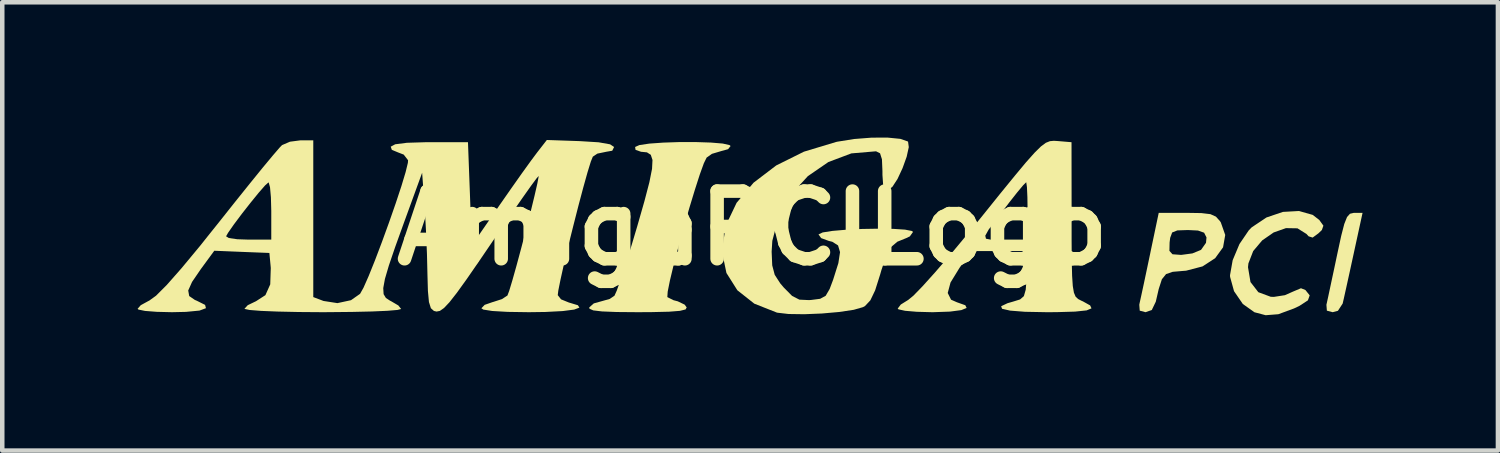
<source format=kicad_pcb>
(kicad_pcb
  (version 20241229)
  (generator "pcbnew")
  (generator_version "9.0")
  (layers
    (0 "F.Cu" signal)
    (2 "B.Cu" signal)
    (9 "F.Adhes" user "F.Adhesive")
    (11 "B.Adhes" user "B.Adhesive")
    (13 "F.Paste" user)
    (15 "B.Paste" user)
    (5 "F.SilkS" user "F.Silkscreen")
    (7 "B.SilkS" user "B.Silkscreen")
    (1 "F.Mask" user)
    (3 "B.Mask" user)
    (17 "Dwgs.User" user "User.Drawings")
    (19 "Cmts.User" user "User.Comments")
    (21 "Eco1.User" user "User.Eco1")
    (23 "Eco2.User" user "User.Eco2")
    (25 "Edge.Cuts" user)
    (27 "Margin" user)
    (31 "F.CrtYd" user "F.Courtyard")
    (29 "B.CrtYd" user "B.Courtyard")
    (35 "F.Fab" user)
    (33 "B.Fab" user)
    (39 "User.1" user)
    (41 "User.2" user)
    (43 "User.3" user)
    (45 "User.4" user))
  (footprint "AmigaPCILogo"
    (layer "F.Cu")
    (at 13.631 2.007)
    (property "Reference" "AmigaPCILogo" (at 0 0 0) (layer "F.SilkS") (effects (font (size 1.5 1.5) (thickness 0.3))))
    (attr board_only exclude_from_pos_files exclude_from_bom)
    (fp_poly (pts (xy 13.323 0.572) (xy 13.238 0.962) (xy 13.162 1.307) (xy 13.105 1.564) (xy 13.08 1.672) (xy 12.975 1.832) (xy 12.859 1.863) (xy 12.73 1.829) (xy 12.72 1.698) (xy 12.726 1.672) (xy 12.761 1.513) (xy 12.821 1.231) (xy 12.898 0.871) (xy 12.961 0.572) (xy 13.048 0.17) (xy 13.116 -0.093) (xy 13.177 -0.246) (xy 13.242 -0.319) (xy 13.324 -0.338) (xy 13.337 -0.339) (xy 13.521 -0.339)) (stroke (width 0) (type solid)) (fill yes) (layer "F.SilkS"))
    (fp_poly (pts (xy 12.416 -0.294) (xy 12.562 -0.181) (xy 12.653 -0.055) (xy 12.619 0.042) (xy 12.543 0.115) (xy 12.415 0.209) (xy 12.325 0.181) (xy 12.278 0.129) (xy 12.078 0.004) (xy 11.823 -0.000443) (xy 11.55 0.096) (xy 11.296 0.272) (xy 11.097 0.508) (xy 10.991 0.781) (xy 10.982 0.866) (xy 11.037 1.195) (xy 11.211 1.42) (xy 11.485 1.521) (xy 11.554 1.524) (xy 11.8 1.486) (xy 11.985 1.404) (xy 12.156 1.332) (xy 12.255 1.372) (xy 12.349 1.49) (xy 12.31 1.6) (xy 12.125 1.721) (xy 12.002 1.78) (xy 11.654 1.908) (xy 11.373 1.93) (xy 11.124 1.864) (xy 10.867 1.681) (xy 10.672 1.397) (xy 10.585 1.081) (xy 10.583 1.044) (xy 10.642 0.711) (xy 10.792 0.353) (xy 10.998 0.05) (xy 11.064 -0.018) (xy 11.392 -0.237) (xy 11.756 -0.36) (xy 12.112 -0.38)) (stroke (width 0) (type solid)) (fill yes) (layer "F.SilkS"))
    (fp_poly (pts (xy 9.947 -0.334) (xy 10.149 -0.31) (xy 10.271 -0.255) (xy 10.36 -0.156) (xy 10.379 -0.128) (xy 10.477 0.151) (xy 10.429 0.425) (xy 10.254 0.666) (xy 9.974 0.848) (xy 9.61 0.943) (xy 9.545 0.948) (xy 9.313 0.968) (xy 9.166 1.018) (xy 9.073 1.133) (xy 9.003 1.349) (xy 8.938 1.63) (xy 8.849 1.815) (xy 8.71 1.863) (xy 8.582 1.829) (xy 8.572 1.698) (xy 8.577 1.672) (xy 8.612 1.513) (xy 8.673 1.231) (xy 8.749 0.871) (xy 8.812 0.572) (xy 8.826 0.504) (xy 9.24 0.504) (xy 9.308 0.579) (xy 9.497 0.593) (xy 9.503 0.593) (xy 9.749 0.56) (xy 9.94 0.482) (xy 9.941 0.481) (xy 10.051 0.325) (xy 10.062 0.206) (xy 10.009 0.101) (xy 9.873 0.053) (xy 9.651 0.042) (xy 9.416 0.05) (xy 9.301 0.096) (xy 9.257 0.214) (xy 9.244 0.318) (xy 9.24 0.504) (xy 8.826 0.504) (xy 9.003 -0.339) (xy 9.622 -0.339)) (stroke (width 0) (type solid)) (fill yes) (layer "F.SilkS"))
    (fp_poly (pts (xy -0.923 -1.897) (xy -0.66 -1.875) (xy -0.508 -1.84) (xy -0.487 -1.82) (xy -0.543 -1.75) (xy -0.692 -1.709) (xy -0.9 -1.647) (xy -1.018 -1.564) (xy -1.079 -1.44) (xy -1.169 -1.191) (xy -1.279 -0.849) (xy -1.402 -0.445) (xy -1.527 -0.011) (xy -1.646 0.423) (xy -1.751 0.824) (xy -1.832 1.162) (xy -1.881 1.407) (xy -1.889 1.525) (xy -1.886 1.53) (xy -1.753 1.597) (xy -1.658 1.622) (xy -1.506 1.695) (xy -1.46 1.757) (xy -1.485 1.802) (xy -1.609 1.833) (xy -1.85 1.852) (xy -2.228 1.861) (xy -2.54 1.863) (xy -3.013 1.859) (xy -3.337 1.846) (xy -3.531 1.823) (xy -3.615 1.786) (xy -3.62 1.757) (xy -3.519 1.668) (xy -3.365 1.625) (xy -3.166 1.569) (xy -3.061 1.498) (xy -3.011 1.387) (xy -2.924 1.141) (xy -2.81 0.79) (xy -2.676 0.361) (xy -2.556 -0.042) (xy -2.396 -0.601) (xy -2.287 -1.018) (xy -2.228 -1.315) (xy -2.218 -1.511) (xy -2.256 -1.626) (xy -2.341 -1.68) (xy -2.473 -1.693) (xy -2.594 -1.736) (xy -2.603 -1.799) (xy -2.51 -1.841) (xy -2.289 -1.874) (xy -1.98 -1.896) (xy -1.623 -1.908) (xy -1.257 -1.908)) (stroke (width 0) (type solid)) (fill yes) (layer "F.SilkS"))
    (fp_poly (pts (xy 6.759 -1.931) (xy 7.07 -1.905) (xy 7.072 -0.339) (xy 7.072 0.265) (xy 7.075 0.722) (xy 7.083 1.054) (xy 7.098 1.282) (xy 7.123 1.43) (xy 7.161 1.519) (xy 7.216 1.571) (xy 7.29 1.609) (xy 7.324 1.624) (xy 7.483 1.713) (xy 7.513 1.778) (xy 7.405 1.823) (xy 7.148 1.85) (xy 6.736 1.862) (xy 6.519 1.863) (xy 6.039 1.854) (xy 5.708 1.828) (xy 5.53 1.787) (xy 5.51 1.731) (xy 5.651 1.664) (xy 5.779 1.627) (xy 5.93 1.58) (xy 6.014 1.507) (xy 6.055 1.364) (xy 6.075 1.105) (xy 6.079 1.032) (xy 6.104 0.508) (xy 5.479 0.508) (xy 4.855 0.508) (xy 4.586 0.882) (xy 4.388 1.205) (xy 4.326 1.437) (xy 4.4 1.586) (xy 4.53 1.643) (xy 4.716 1.709) (xy 4.745 1.769) (xy 4.627 1.817) (xy 4.375 1.85) (xy 3.998 1.863) (xy 3.979 1.863) (xy 3.641 1.854) (xy 3.381 1.832) (xy 3.235 1.8) (xy 3.217 1.783) (xy 3.286 1.693) (xy 3.45 1.591) (xy 3.45 1.591) (xy 3.565 1.497) (xy 3.768 1.288) (xy 4.042 0.984) (xy 4.37 0.605) (xy 4.734 0.168) (xy 5.158 0.168) (xy 5.174 0.234) (xy 5.279 0.255) (xy 5.469 0.255) (xy 5.583 0.254) (xy 6.096 0.254) (xy 6.096 -0.381) (xy 6.092 -0.685) (xy 6.082 -0.909) (xy 6.067 -1.013) (xy 6.064 -1.016) (xy 6.001 -0.954) (xy 5.864 -0.79) (xy 5.682 -0.559) (xy 5.662 -0.532) (xy 5.399 -0.191) (xy 5.232 0.034) (xy 5.158 0.168) (xy 4.734 0.168) (xy 4.735 0.168) (xy 5.066 -0.238) (xy 5.484 -0.758) (xy 5.812 -1.16) (xy 6.062 -1.46) (xy 6.251 -1.672) (xy 6.392 -1.811) (xy 6.501 -1.892) (xy 6.592 -1.928) (xy 6.679 -1.936)) (stroke (width 0) (type solid)) (fill yes) (layer "F.SilkS"))
    (fp_poly (pts (xy 3.276 -1.979) (xy 3.44 -1.922) (xy 3.447 -1.915) (xy 3.463 -1.796) (xy 3.416 -1.583) (xy 3.325 -1.33) (xy 3.213 -1.09) (xy 3.1 -0.917) (xy 3.027 -0.862) (xy 2.938 -0.871) (xy 2.894 -0.964) (xy 2.879 -1.179) (xy 2.879 -1.264) (xy 2.868 -1.526) (xy 2.826 -1.659) (xy 2.74 -1.702) (xy 2.731 -1.703) (xy 2.19 -1.657) (xy 1.68 -1.465) (xy 1.225 -1.152) (xy 0.85 -0.741) (xy 0.58 -0.255) (xy 0.438 0.281) (xy 0.423 0.522) (xy 0.436 0.825) (xy 0.491 1.034) (xy 0.613 1.223) (xy 0.69 1.314) (xy 0.876 1.502) (xy 1.038 1.585) (xy 1.25 1.595) (xy 1.297 1.592) (xy 1.499 1.566) (xy 1.621 1.499) (xy 1.709 1.348) (xy 1.786 1.143) (xy 1.902 0.775) (xy 1.939 0.531) (xy 1.895 0.383) (xy 1.767 0.302) (xy 1.69 0.283) (xy 1.521 0.221) (xy 1.463 0.141) (xy 1.464 0.137) (xy 1.555 0.095) (xy 1.772 0.061) (xy 2.076 0.035) (xy 2.428 0.018) (xy 2.789 0.012) (xy 3.119 0.016) (xy 3.38 0.033) (xy 3.533 0.063) (xy 3.556 0.085) (xy 3.487 0.182) (xy 3.408 0.22) (xy 3.209 0.301) (xy 3.069 0.42) (xy 2.961 0.618) (xy 2.855 0.934) (xy 2.829 1.025) (xy 2.717 1.379) (xy 2.611 1.6) (xy 2.494 1.725) (xy 2.448 1.751) (xy 2.243 1.81) (xy 1.922 1.858) (xy 1.538 1.892) (xy 1.146 1.908) (xy 0.798 1.903) (xy 0.549 1.874) (xy 0.537 1.871) (xy 0.039 1.674) (xy -0.337 1.377) (xy -0.579 0.994) (xy -0.674 0.539) (xy -0.675 0.474) (xy -0.592 -0.062) (xy -0.354 -0.561) (xy 0.022 -1.007) (xy 0.525 -1.39) (xy 1.139 -1.695) (xy 1.851 -1.91) (xy 1.884 -1.917) (xy 2.254 -1.976) (xy 2.64 -2.006) (xy 2.995 -2.007)) (stroke (width 0) (type solid)) (fill yes) (layer "F.SilkS"))
    (fp_poly (pts (xy -3.832 -1.929) (xy -3.412 -1.903) (xy -3.158 -1.858) (xy -3.069 -1.799) (xy -3.11 -1.716) (xy -3.242 -1.693) (xy -3.44 -1.652) (xy -3.541 -1.584) (xy -3.585 -1.475) (xy -3.659 -1.235) (xy -3.754 -0.895) (xy -3.862 -0.488) (xy -3.974 -0.049) (xy -4.084 0.391) (xy -4.181 0.799) (xy -4.257 1.141) (xy -4.306 1.385) (xy -4.318 1.485) (xy -4.245 1.578) (xy -4.068 1.65) (xy -4.063 1.651) (xy -3.871 1.709) (xy -3.838 1.762) (xy -3.954 1.805) (xy -4.209 1.838) (xy -4.593 1.858) (xy -4.958 1.863) (xy -5.431 1.856) (xy -5.772 1.836) (xy -5.968 1.805) (xy -6.011 1.776) (xy -5.938 1.7) (xy -5.762 1.639) (xy -5.759 1.639) (xy -5.555 1.573) (xy -5.433 1.493) (xy -5.394 1.389) (xy -5.324 1.157) (xy -5.232 0.83) (xy -5.128 0.444) (xy -5.021 0.034) (xy -4.919 -0.364) (xy -4.833 -0.717) (xy -4.771 -0.987) (xy -4.742 -1.141) (xy -4.741 -1.155) (xy -4.786 -1.106) (xy -4.911 -0.937) (xy -5.102 -0.667) (xy -5.345 -0.317) (xy -5.626 0.094) (xy -5.683 0.177) (xy -6.05 0.716) (xy -6.336 1.13) (xy -6.555 1.434) (xy -6.718 1.642) (xy -6.839 1.77) (xy -6.93 1.834) (xy -7.005 1.849) (xy -7.063 1.835) (xy -7.13 1.775) (xy -7.173 1.638) (xy -7.196 1.393) (xy -7.206 1.04) (xy -7.217 0.576) (xy -7.239 0.051) (xy -7.266 -0.428) (xy -7.269 -0.466) (xy -7.324 -1.228) (xy -7.725 -0.127) (xy -7.922 0.419) (xy -8.062 0.83) (xy -8.149 1.126) (xy -8.186 1.329) (xy -8.178 1.463) (xy -8.127 1.548) (xy -8.037 1.607) (xy -8.011 1.62) (xy -7.851 1.714) (xy -7.789 1.792) (xy -7.87 1.813) (xy -8.095 1.832) (xy -8.439 1.847) (xy -8.877 1.857) (xy -9.384 1.862) (xy -9.525 1.863) (xy -10.061 1.859) (xy -10.525 1.849) (xy -10.895 1.834) (xy -11.147 1.814) (xy -11.258 1.791) (xy -11.261 1.786) (xy -11.19 1.708) (xy -11.018 1.625) (xy -11.01 1.622) (xy -10.798 1.485) (xy -10.691 1.246) (xy -10.679 0.884) (xy -10.683 0.837) (xy -10.71 0.55) (xy -11.321 0.526) (xy -11.931 0.501) (xy -12.229 0.907) (xy -12.424 1.192) (xy -12.509 1.382) (xy -12.487 1.505) (xy -12.362 1.591) (xy -12.319 1.609) (xy -12.135 1.701) (xy -12.116 1.774) (xy -12.258 1.827) (xy -12.558 1.856) (xy -12.869 1.863) (xy -13.205 1.855) (xy -13.465 1.835) (xy -13.612 1.805) (xy -13.631 1.788) (xy -13.561 1.708) (xy -13.391 1.615) (xy -13.374 1.607) (xy -13.223 1.498) (xy -12.985 1.26) (xy -12.658 0.889) (xy -12.239 0.384) (xy -12.078 0.181) (xy -11.67 0.181) (xy -11.609 0.219) (xy -11.421 0.246) (xy -11.183 0.254) (xy -10.668 0.254) (xy -10.668 -0.381) (xy -10.676 -0.684) (xy -10.696 -0.907) (xy -10.725 -1.01) (xy -10.732 -1.012) (xy -10.804 -0.948) (xy -10.946 -0.786) (xy -11.129 -0.561) (xy -11.323 -0.314) (xy -11.498 -0.08) (xy -11.625 0.102) (xy -11.67 0.181) (xy -12.078 0.181) (xy -11.839 -0.117) (xy -11.477 -0.573) (xy -11.144 -0.988) (xy -10.856 -1.343) (xy -10.628 -1.617) (xy -10.479 -1.79) (xy -10.429 -1.841) (xy -10.254 -1.916) (xy -10.018 -1.947) (xy -10.017 -1.947) (xy -9.737 -1.947) (xy -9.737 -0.21) (xy -9.737 1.528) (xy -9.51 1.614) (xy -9.202 1.662) (xy -8.901 1.597) (xy -8.7 1.456) (xy -8.624 1.321) (xy -8.51 1.063) (xy -8.37 0.715) (xy -8.216 0.309) (xy -8.059 -0.123) (xy -7.911 -0.547) (xy -7.784 -0.931) (xy -7.69 -1.242) (xy -7.64 -1.448) (xy -7.636 -1.505) (xy -7.732 -1.63) (xy -7.859 -1.679) (xy -7.996 -1.736) (xy -8.02 -1.806) (xy -7.921 -1.859) (xy -7.663 -1.892) (xy -7.241 -1.905) (xy -7.147 -1.905) (xy -6.308 -1.905) (xy -6.265 -0.762) (xy -6.223 0.381) (xy -5.609 -0.508) (xy -5.353 -0.875) (xy -5.111 -1.218) (xy -4.909 -1.498) (xy -4.777 -1.675) (xy -4.56 -1.954)) (stroke (width 0) (type solid)) (fill yes) (layer "F.SilkS")))
  (gr_rect
    (start -3 -3)
    (end 30.153 6.937)
    (stroke (width 0.1) (type default))
    (fill no)
    (layer "Edge.Cuts")))
</source>
